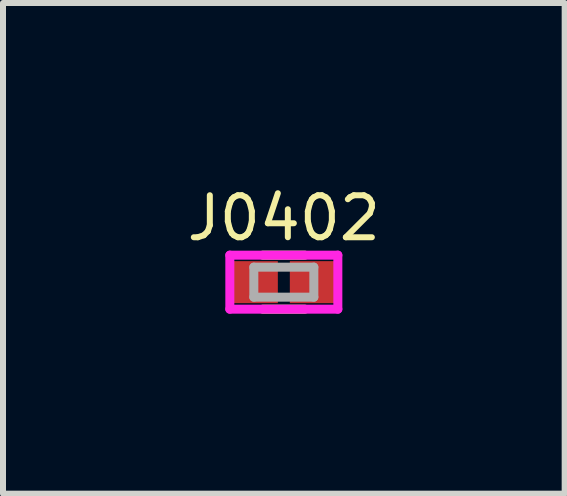
<source format=kicad_pcb>
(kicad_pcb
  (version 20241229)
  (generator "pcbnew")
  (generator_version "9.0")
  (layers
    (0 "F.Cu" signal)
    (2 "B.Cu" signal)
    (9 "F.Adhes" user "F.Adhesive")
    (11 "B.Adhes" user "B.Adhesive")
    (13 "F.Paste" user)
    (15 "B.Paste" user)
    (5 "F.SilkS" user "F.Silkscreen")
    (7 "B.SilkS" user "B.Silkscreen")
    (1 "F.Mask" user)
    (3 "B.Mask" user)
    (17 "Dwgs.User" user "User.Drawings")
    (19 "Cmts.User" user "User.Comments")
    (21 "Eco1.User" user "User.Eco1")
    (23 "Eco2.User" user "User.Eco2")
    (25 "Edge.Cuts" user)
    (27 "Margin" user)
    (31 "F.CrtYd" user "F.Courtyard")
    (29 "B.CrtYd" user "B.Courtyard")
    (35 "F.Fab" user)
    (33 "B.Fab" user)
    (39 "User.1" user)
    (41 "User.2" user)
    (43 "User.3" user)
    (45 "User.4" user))
  (footprint "J0402"
    (layer "F.Cu")
    (at 1.68 1.652)
    (property "Reference" "J0402" (at 0 -1.067 0) (layer "F.SilkS") (effects (font (size 0.7 0.7) (thickness 0.1))))
    (attr smd)
    (fp_line (start -0.35 -0.45) (end 0.35 -0.45) (stroke (width 0.15) (type solid)) (layer "F.SilkS"))
    (fp_line (start -0.35 0.45) (end 0.35 0.45) (stroke (width 0.15) (type solid)) (layer "F.SilkS"))
    (fp_line (start -0.9 -0.45) (end 0.9 -0.45) (stroke (width 0.15) (type solid)) (layer "F.CrtYd"))
    (fp_line (start -0.9 0.45) (end -0.9 -0.45) (stroke (width 0.15) (type solid)) (layer "F.CrtYd"))
    (fp_line (start 0.9 -0.45) (end 0.9 0.45) (stroke (width 0.15) (type solid)) (layer "F.CrtYd"))
    (fp_line (start 0.9 0.45) (end -0.9 0.45) (stroke (width 0.15) (type solid)) (layer "F.CrtYd"))
    (fp_line (start -0.5 -0.25) (end 0.5 -0.25) (stroke (width 0.15) (type solid)) (layer "F.Fab"))
    (fp_line (start -0.5 0.25) (end -0.5 -0.25) (stroke (width 0.15) (type solid)) (layer "F.Fab"))
    (fp_line (start 0.5 -0.25) (end 0.5 0.25) (stroke (width 0.15) (type solid)) (layer "F.Fab"))
    (fp_line (start 0.5 0.25) (end -0.5 0.25) (stroke (width 0.15) (type solid)) (layer "F.Fab"))
    (pad "1" smd rect (at -0.5 0) (size 0.8 0.7) (layers "F.Cu" "F.Mask"))
    (pad "2" smd rect (at 0.5 0) (size 0.8 0.7) (layers "F.Cu" "F.Mask")))
  (gr_rect
    (start -3 -3)
    (end 6.36 5.177)
    (stroke (width 0.1) (type default))
    (fill no)
    (layer "Edge.Cuts")))
</source>
